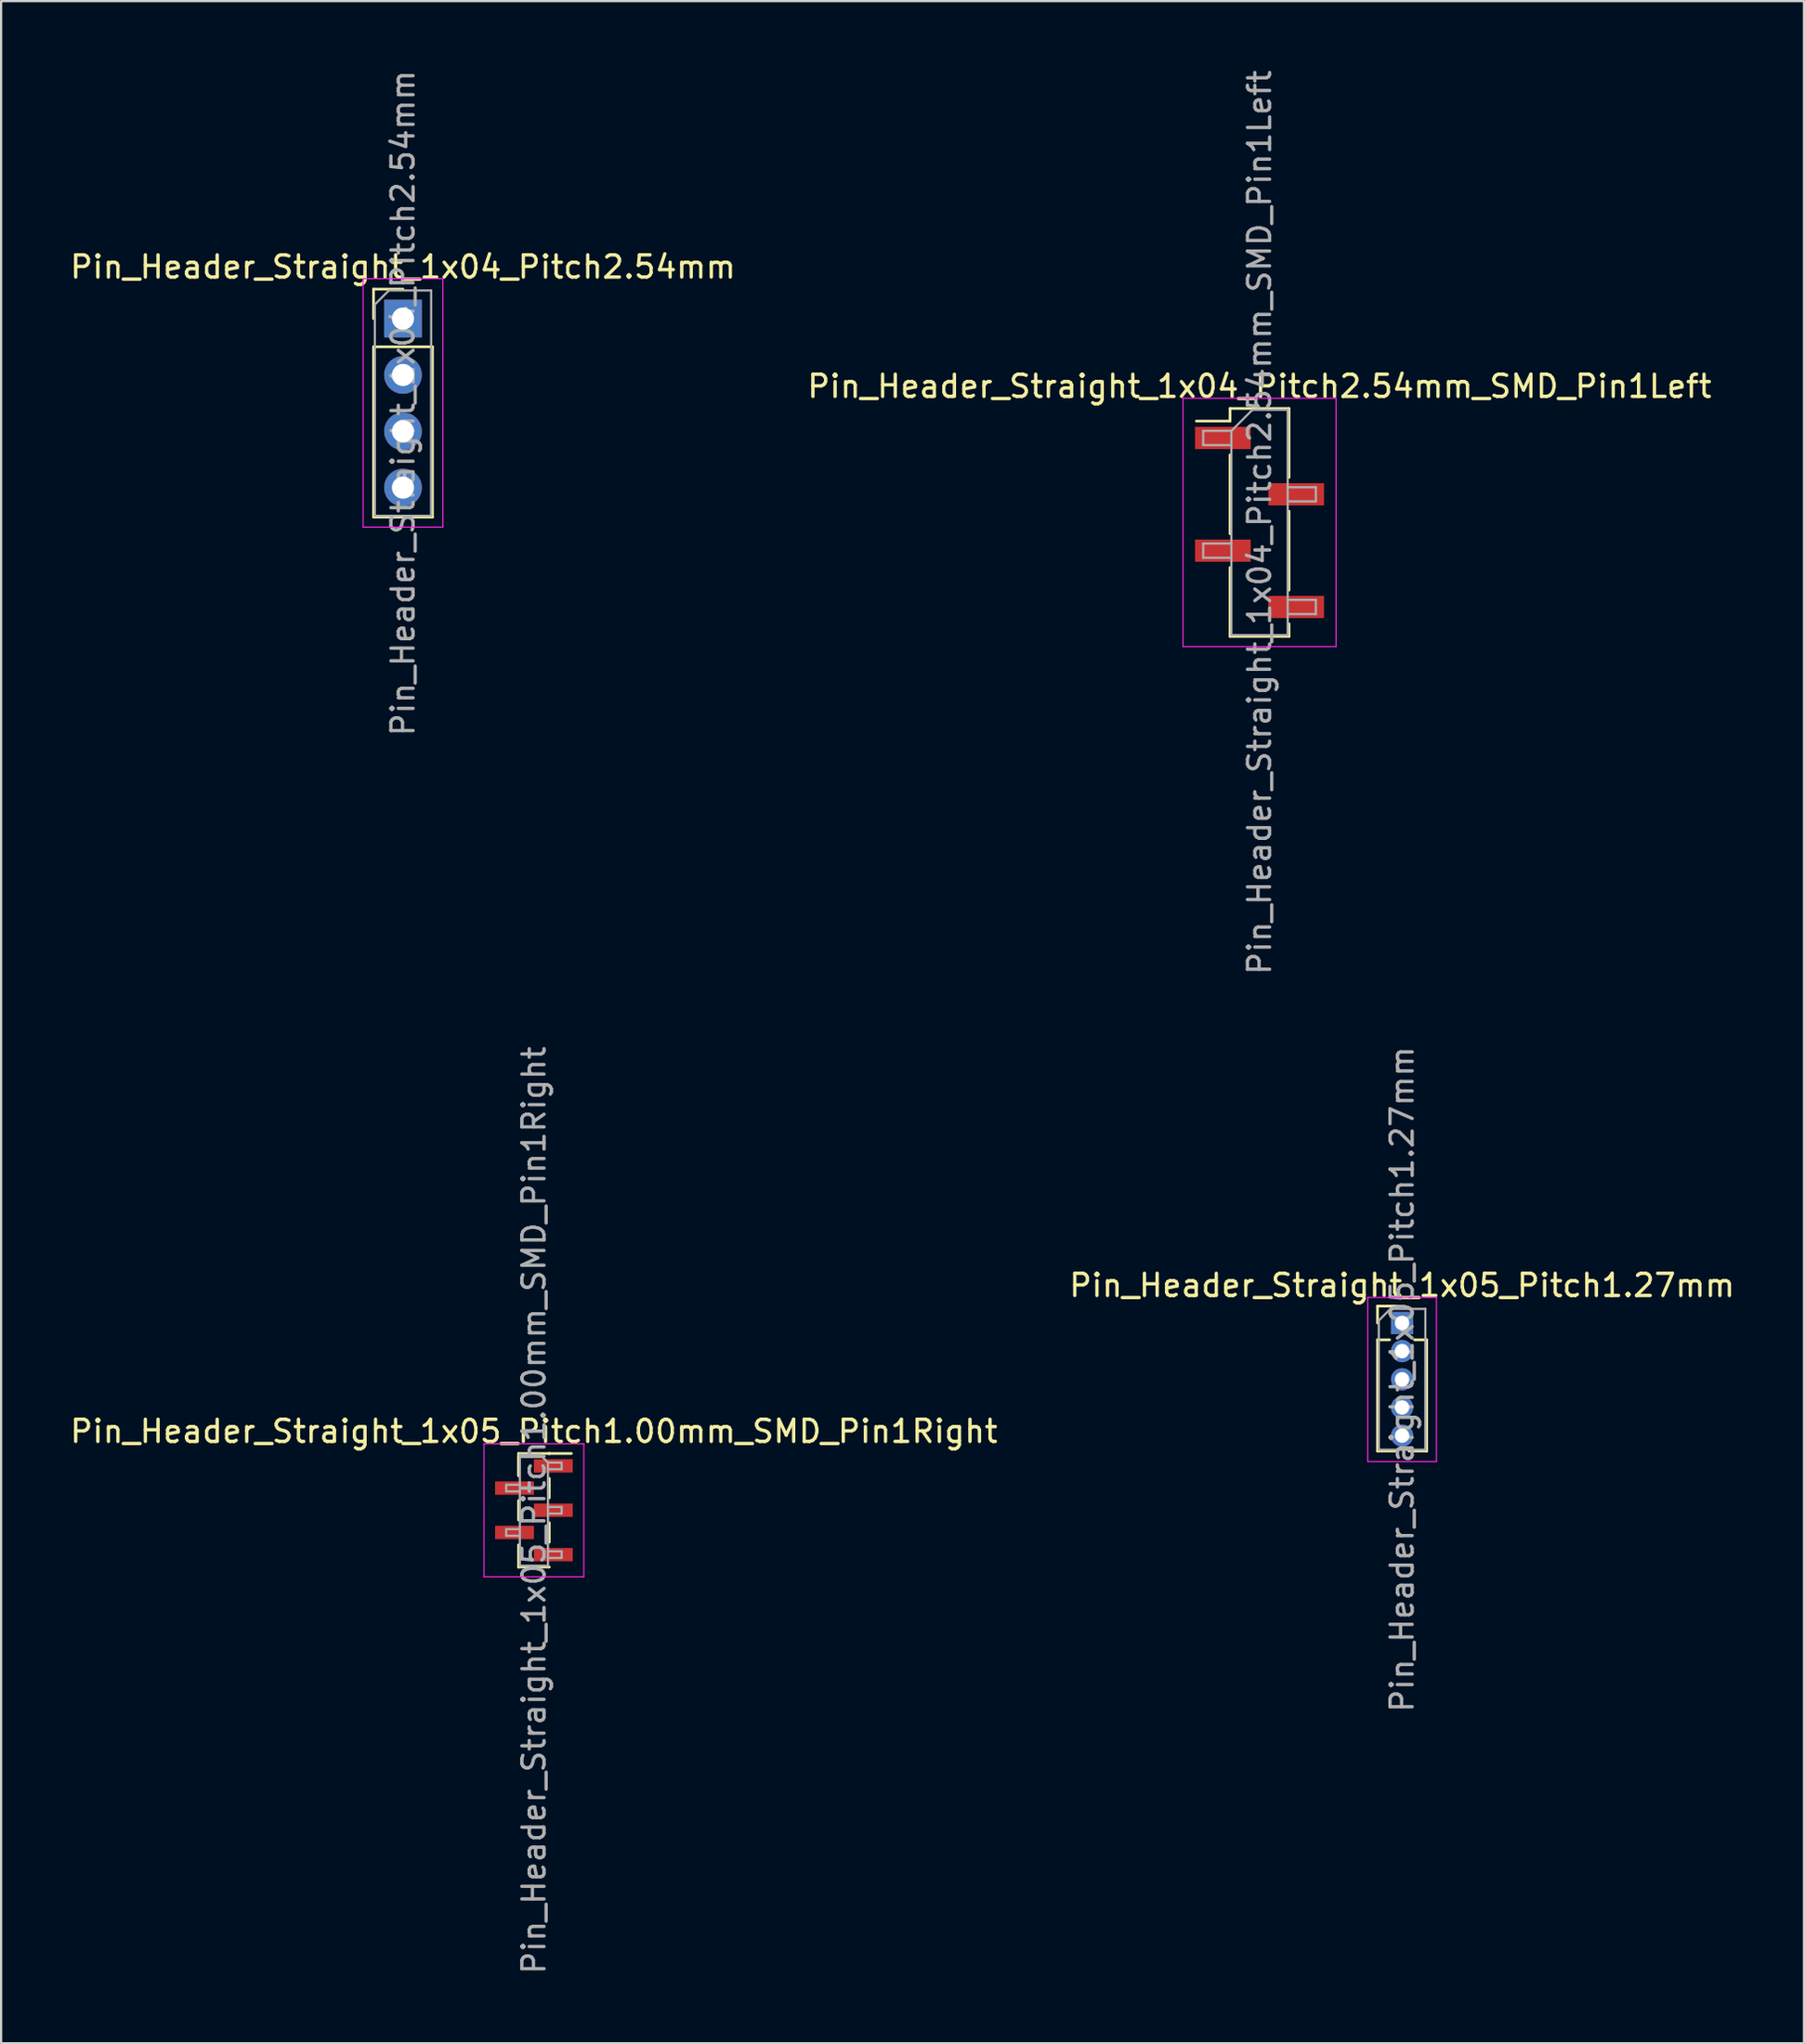
<source format=kicad_pcb>
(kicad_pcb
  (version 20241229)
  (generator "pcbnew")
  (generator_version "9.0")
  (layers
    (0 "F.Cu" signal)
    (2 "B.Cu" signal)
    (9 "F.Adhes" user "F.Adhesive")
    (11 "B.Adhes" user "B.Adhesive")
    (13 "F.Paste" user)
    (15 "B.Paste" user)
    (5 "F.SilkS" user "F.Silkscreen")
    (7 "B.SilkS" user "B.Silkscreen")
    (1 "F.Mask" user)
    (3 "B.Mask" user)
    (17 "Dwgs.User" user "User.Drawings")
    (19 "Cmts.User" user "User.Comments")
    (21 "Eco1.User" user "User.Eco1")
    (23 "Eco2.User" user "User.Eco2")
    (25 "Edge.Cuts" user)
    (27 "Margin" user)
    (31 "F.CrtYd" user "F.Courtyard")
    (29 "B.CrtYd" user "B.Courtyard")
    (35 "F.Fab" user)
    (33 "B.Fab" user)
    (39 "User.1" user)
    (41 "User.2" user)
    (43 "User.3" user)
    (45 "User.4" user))
  (footprint "Pin_Header_Straight_1x04_Pitch2.54mm_SMD_Pin1Left"
    (layer "F.Cu")
    (at 53.756 20.506)
    (property "Reference" "Pin_Header_Straight_1x04_Pitch2.54mm_SMD_Pin1Left" (at 0 -6.14 0) (layer "F.SilkS") (effects (font (size 1 1) (thickness 0.15))))
    (attr smd)
    (fp_line (start -1.33 -5.14) (end -1.33 -4.57) (stroke (width 0.12) (type solid)) (layer "F.SilkS"))
    (fp_line (start -1.33 -5.14) (end 1.33 -5.14) (stroke (width 0.12) (type solid)) (layer "F.SilkS"))
    (fp_line (start -1.33 -4.57) (end -2.85 -4.57) (stroke (width 0.12) (type solid)) (layer "F.SilkS"))
    (fp_line (start -1.33 -3.05) (end -1.33 0.51) (stroke (width 0.12) (type solid)) (layer "F.SilkS"))
    (fp_line (start -1.33 2.03) (end -1.33 5.14) (stroke (width 0.12) (type solid)) (layer "F.SilkS"))
    (fp_line (start -1.33 5.14) (end 1.33 5.14) (stroke (width 0.12) (type solid)) (layer "F.SilkS"))
    (fp_line (start 1.33 -5.14) (end 1.33 -2.03) (stroke (width 0.12) (type solid)) (layer "F.SilkS"))
    (fp_line (start 1.33 -0.51) (end 1.33 3.05) (stroke (width 0.12) (type solid)) (layer "F.SilkS"))
    (fp_line (start 1.33 4.57) (end 1.33 5.14) (stroke (width 0.12) (type solid)) (layer "F.SilkS"))
    (fp_line (start -3.45 -5.6) (end -3.45 5.6) (stroke (width 0.05) (type solid)) (layer "F.CrtYd"))
    (fp_line (start -3.45 5.6) (end 3.45 5.6) (stroke (width 0.05) (type solid)) (layer "F.CrtYd"))
    (fp_line (start 3.45 -5.6) (end -3.45 -5.6) (stroke (width 0.05) (type solid)) (layer "F.CrtYd"))
    (fp_line (start 3.45 5.6) (end 3.45 -5.6) (stroke (width 0.05) (type solid)) (layer "F.CrtYd"))
    (fp_line (start -2.54 -4.13) (end -2.54 -3.49) (stroke (width 0.1) (type solid)) (layer "F.Fab"))
    (fp_line (start -2.54 -3.49) (end -1.27 -3.49) (stroke (width 0.1) (type solid)) (layer "F.Fab"))
    (fp_line (start -2.54 0.95) (end -2.54 1.59) (stroke (width 0.1) (type solid)) (layer "F.Fab"))
    (fp_line (start -2.54 1.59) (end -1.27 1.59) (stroke (width 0.1) (type solid)) (layer "F.Fab"))
    (fp_line (start -1.27 -4.13) (end -2.54 -4.13) (stroke (width 0.1) (type solid)) (layer "F.Fab"))
    (fp_line (start -1.27 -4.13) (end -0.32 -5.08) (stroke (width 0.1) (type solid)) (layer "F.Fab"))
    (fp_line (start -1.27 0.95) (end -2.54 0.95) (stroke (width 0.1) (type solid)) (layer "F.Fab"))
    (fp_line (start -1.27 5.08) (end -1.27 -4.13) (stroke (width 0.1) (type solid)) (layer "F.Fab"))
    (fp_line (start -0.32 -5.08) (end 1.27 -5.08) (stroke (width 0.1) (type solid)) (layer "F.Fab"))
    (fp_line (start 1.27 -5.08) (end 1.27 5.08) (stroke (width 0.1) (type solid)) (layer "F.Fab"))
    (fp_line (start 1.27 -1.59) (end 2.54 -1.59) (stroke (width 0.1) (type solid)) (layer "F.Fab"))
    (fp_line (start 1.27 3.49) (end 2.54 3.49) (stroke (width 0.1) (type solid)) (layer "F.Fab"))
    (fp_line (start 1.27 5.08) (end -1.27 5.08) (stroke (width 0.1) (type solid)) (layer "F.Fab"))
    (fp_line (start 2.54 -1.59) (end 2.54 -0.95) (stroke (width 0.1) (type solid)) (layer "F.Fab"))
    (fp_line (start 2.54 -0.95) (end 1.27 -0.95) (stroke (width 0.1) (type solid)) (layer "F.Fab"))
    (fp_line (start 2.54 3.49) (end 2.54 4.13) (stroke (width 0.1) (type solid)) (layer "F.Fab"))
    (fp_line (start 2.54 4.13) (end 1.27 4.13) (stroke (width 0.1) (type solid)) (layer "F.Fab"))
    (fp_text user "${REFERENCE}" (at 0 0 90) (layer "F.Fab") (effects (font (size 1 1) (thickness 0.15))))
    (pad "1" smd rect (at -1.655 -3.81) (size 2.51 1) (layers "F.Cu" "F.Mask" "F.Paste"))
    (pad "2" smd rect (at 1.655 -1.27) (size 2.51 1) (layers "F.Cu" "F.Mask" "F.Paste"))
    (pad "3" smd rect (at -1.655 1.27) (size 2.51 1) (layers "F.Cu" "F.Mask" "F.Paste"))
    (pad "4" smd rect (at 1.655 3.81) (size 2.51 1) (layers "F.Cu" "F.Mask" "F.Paste")))
  (footprint "Pin_Header_Straight_1x05_Pitch1.27mm"
    (layer "F.Cu")
    (at 60.185 56.597)
    (property "Reference" "Pin_Header_Straight_1x05_Pitch1.27mm" (at 0 -1.695 0) (layer "F.SilkS") (effects (font (size 1 1) (thickness 0.15))))
    (attr through_hole)
    (fp_line (start -1.11 -0.76) (end 0 -0.76) (stroke (width 0.12) (type solid)) (layer "F.SilkS"))
    (fp_line (start -1.11 0) (end -1.11 -0.76) (stroke (width 0.12) (type solid)) (layer "F.SilkS"))
    (fp_line (start -1.11 0.76) (end -1.11 5.775) (stroke (width 0.12) (type solid)) (layer "F.SilkS"))
    (fp_line (start -1.11 0.76) (end -0.563 0.76) (stroke (width 0.12) (type solid)) (layer "F.SilkS"))
    (fp_line (start -1.11 5.775) (end -0.308 5.775) (stroke (width 0.12) (type solid)) (layer "F.SilkS"))
    (fp_line (start 0.308 5.775) (end 1.11 5.775) (stroke (width 0.12) (type solid)) (layer "F.SilkS"))
    (fp_line (start 0.563 0.76) (end 1.11 0.76) (stroke (width 0.12) (type solid)) (layer "F.SilkS"))
    (fp_line (start 1.11 0.76) (end 1.11 5.775) (stroke (width 0.12) (type solid)) (layer "F.SilkS"))
    (fp_line (start -1.55 -1.15) (end -1.55 6.25) (stroke (width 0.05) (type solid)) (layer "F.CrtYd"))
    (fp_line (start -1.55 6.25) (end 1.55 6.25) (stroke (width 0.05) (type solid)) (layer "F.CrtYd"))
    (fp_line (start 1.55 -1.15) (end -1.55 -1.15) (stroke (width 0.05) (type solid)) (layer "F.CrtYd"))
    (fp_line (start 1.55 6.25) (end 1.55 -1.15) (stroke (width 0.05) (type solid)) (layer "F.CrtYd"))
    (fp_line (start -1.05 -0.11) (end -0.525 -0.635) (stroke (width 0.1) (type solid)) (layer "F.Fab"))
    (fp_line (start -1.05 5.715) (end -1.05 -0.11) (stroke (width 0.1) (type solid)) (layer "F.Fab"))
    (fp_line (start -0.525 -0.635) (end 1.05 -0.635) (stroke (width 0.1) (type solid)) (layer "F.Fab"))
    (fp_line (start 1.05 -0.635) (end 1.05 5.715) (stroke (width 0.1) (type solid)) (layer "F.Fab"))
    (fp_line (start 1.05 5.715) (end -1.05 5.715) (stroke (width 0.1) (type solid)) (layer "F.Fab"))
    (fp_text user "${REFERENCE}" (at 0 2.54 90) (layer "F.Fab") (effects (font (size 1 1) (thickness 0.15))))
    (pad "1" thru_hole rect (at 0 0) (size 1 1) (drill 0.65) (layers "*.Cu" "*.Mask"))
    (pad "2" thru_hole oval (at 0 1.27) (size 1 1) (drill 0.65) (layers "*.Cu" "*.Mask"))
    (pad "3" thru_hole oval (at 0 2.54) (size 1 1) (drill 0.65) (layers "*.Cu" "*.Mask"))
    (pad "4" thru_hole oval (at 0 3.81) (size 1 1) (drill 0.65) (layers "*.Cu" "*.Mask"))
    (pad "5" thru_hole oval (at 0 5.08) (size 1 1) (drill 0.65) (layers "*.Cu" "*.Mask")))
  (footprint "Pin_Header_Straight_1x05_Pitch1.00mm_SMD_Pin1Right"
    (layer "F.Cu")
    (at 21.03 65.042)
    (property "Reference" "Pin_Header_Straight_1x05_Pitch1.00mm_SMD_Pin1Right" (at 0 -3.56 0) (layer "F.SilkS") (effects (font (size 1 1) (thickness 0.15))))
    (attr smd)
    (fp_line (start -0.695 -2.56) (end -0.695 -1.56) (stroke (width 0.12) (type solid)) (layer "F.SilkS"))
    (fp_line (start -0.695 -2.56) (end 0.695 -2.56) (stroke (width 0.12) (type solid)) (layer "F.SilkS"))
    (fp_line (start -0.695 -2.44) (end -0.695 -1.56) (stroke (width 0.12) (type solid)) (layer "F.SilkS"))
    (fp_line (start -0.695 -0.44) (end -0.695 0.44) (stroke (width 0.12) (type solid)) (layer "F.SilkS"))
    (fp_line (start -0.695 1.56) (end -0.695 2.56) (stroke (width 0.12) (type solid)) (layer "F.SilkS"))
    (fp_line (start -0.695 2.56) (end -0.695 2.56) (stroke (width 0.12) (type solid)) (layer "F.SilkS"))
    (fp_line (start -0.695 2.56) (end 0.695 2.56) (stroke (width 0.12) (type solid)) (layer "F.SilkS"))
    (fp_line (start 0.695 -2.56) (end 0.695 -2.56) (stroke (width 0.12) (type solid)) (layer "F.SilkS"))
    (fp_line (start 0.695 -2.56) (end 1.69 -2.56) (stroke (width 0.12) (type solid)) (layer "F.SilkS"))
    (fp_line (start 0.695 -1.44) (end 0.695 -0.56) (stroke (width 0.12) (type solid)) (layer "F.SilkS"))
    (fp_line (start 0.695 0.56) (end 0.695 1.44) (stroke (width 0.12) (type solid)) (layer "F.SilkS"))
    (fp_line (start -2.25 -3) (end -2.25 3) (stroke (width 0.05) (type solid)) (layer "F.CrtYd"))
    (fp_line (start -2.25 3) (end 2.25 3) (stroke (width 0.05) (type solid)) (layer "F.CrtYd"))
    (fp_line (start 2.25 -3) (end -2.25 -3) (stroke (width 0.05) (type solid)) (layer "F.CrtYd"))
    (fp_line (start 2.25 3) (end 2.25 -3) (stroke (width 0.05) (type solid)) (layer "F.CrtYd"))
    (fp_line (start -1.25 -1.15) (end -1.25 -0.85) (stroke (width 0.1) (type solid)) (layer "F.Fab"))
    (fp_line (start -1.25 -0.85) (end -0.635 -0.85) (stroke (width 0.1) (type solid)) (layer "F.Fab"))
    (fp_line (start -1.25 0.85) (end -1.25 1.15) (stroke (width 0.1) (type solid)) (layer "F.Fab"))
    (fp_line (start -1.25 1.15) (end -0.635 1.15) (stroke (width 0.1) (type solid)) (layer "F.Fab"))
    (fp_line (start -0.635 -2.5) (end -0.635 2.5) (stroke (width 0.1) (type solid)) (layer "F.Fab"))
    (fp_line (start -0.635 -2.5) (end 0.285 -2.5) (stroke (width 0.1) (type solid)) (layer "F.Fab"))
    (fp_line (start -0.635 -1.15) (end -1.25 -1.15) (stroke (width 0.1) (type solid)) (layer "F.Fab"))
    (fp_line (start -0.635 0.85) (end -1.25 0.85) (stroke (width 0.1) (type solid)) (layer "F.Fab"))
    (fp_line (start 0.635 -2.15) (end 0.285 -2.5) (stroke (width 0.1) (type solid)) (layer "F.Fab"))
    (fp_line (start 0.635 -2.15) (end 1.25 -2.15) (stroke (width 0.1) (type solid)) (layer "F.Fab"))
    (fp_line (start 0.635 -0.15) (end 1.25 -0.15) (stroke (width 0.1) (type solid)) (layer "F.Fab"))
    (fp_line (start 0.635 1.85) (end 1.25 1.85) (stroke (width 0.1) (type solid)) (layer "F.Fab"))
    (fp_line (start 0.635 2.5) (end -0.635 2.5) (stroke (width 0.1) (type solid)) (layer "F.Fab"))
    (fp_line (start 0.635 2.5) (end 0.635 -2.15) (stroke (width 0.1) (type solid)) (layer "F.Fab"))
    (fp_line (start 1.25 -2.15) (end 1.25 -1.85) (stroke (width 0.1) (type solid)) (layer "F.Fab"))
    (fp_line (start 1.25 -1.85) (end 0.635 -1.85) (stroke (width 0.1) (type solid)) (layer "F.Fab"))
    (fp_line (start 1.25 -0.15) (end 1.25 0.15) (stroke (width 0.1) (type solid)) (layer "F.Fab"))
    (fp_line (start 1.25 0.15) (end 0.635 0.15) (stroke (width 0.1) (type solid)) (layer "F.Fab"))
    (fp_line (start 1.25 1.85) (end 1.25 2.15) (stroke (width 0.1) (type solid)) (layer "F.Fab"))
    (fp_line (start 1.25 2.15) (end 0.635 2.15) (stroke (width 0.1) (type solid)) (layer "F.Fab"))
    (fp_text user "${REFERENCE}" (at 0 0 90) (layer "F.Fab") (effects (font (size 1 1) (thickness 0.15))))
    (pad "1" smd rect (at 0.875 -2) (size 1.75 0.6) (layers "F.Cu" "F.Mask" "F.Paste"))
    (pad "2" smd rect (at -0.875 -1) (size 1.75 0.6) (layers "F.Cu" "F.Mask" "F.Paste"))
    (pad "3" smd rect (at 0.875 0) (size 1.75 0.6) (layers "F.Cu" "F.Mask" "F.Paste"))
    (pad "4" smd rect (at -0.875 1) (size 1.75 0.6) (layers "F.Cu" "F.Mask" "F.Paste"))
    (pad "5" smd rect (at 0.875 2) (size 1.75 0.6) (layers "F.Cu" "F.Mask" "F.Paste")))
  (footprint "Pin_Header_Straight_1x04_Pitch2.54mm"
    (layer "F.Cu")
    (at 15.125 11.315)
    (property "Reference" "Pin_Header_Straight_1x04_Pitch2.54mm" (at 0 -2.33 0) (layer "F.SilkS") (effects (font (size 1 1) (thickness 0.15))))
    (attr through_hole)
    (fp_line (start -1.33 -1.33) (end 0 -1.33) (stroke (width 0.12) (type solid)) (layer "F.SilkS"))
    (fp_line (start -1.33 0) (end -1.33 -1.33) (stroke (width 0.12) (type solid)) (layer "F.SilkS"))
    (fp_line (start -1.33 1.27) (end -1.33 8.95) (stroke (width 0.12) (type solid)) (layer "F.SilkS"))
    (fp_line (start -1.33 1.27) (end 1.33 1.27) (stroke (width 0.12) (type solid)) (layer "F.SilkS"))
    (fp_line (start -1.33 8.95) (end 1.33 8.95) (stroke (width 0.12) (type solid)) (layer "F.SilkS"))
    (fp_line (start 1.33 1.27) (end 1.33 8.95) (stroke (width 0.12) (type solid)) (layer "F.SilkS"))
    (fp_line (start -1.8 -1.8) (end -1.8 9.4) (stroke (width 0.05) (type solid)) (layer "F.CrtYd"))
    (fp_line (start -1.8 9.4) (end 1.8 9.4) (stroke (width 0.05) (type solid)) (layer "F.CrtYd"))
    (fp_line (start 1.8 -1.8) (end -1.8 -1.8) (stroke (width 0.05) (type solid)) (layer "F.CrtYd"))
    (fp_line (start 1.8 9.4) (end 1.8 -1.8) (stroke (width 0.05) (type solid)) (layer "F.CrtYd"))
    (fp_line (start -1.27 -0.635) (end -0.635 -1.27) (stroke (width 0.1) (type solid)) (layer "F.Fab"))
    (fp_line (start -1.27 8.89) (end -1.27 -0.635) (stroke (width 0.1) (type solid)) (layer "F.Fab"))
    (fp_line (start -0.635 -1.27) (end 1.27 -1.27) (stroke (width 0.1) (type solid)) (layer "F.Fab"))
    (fp_line (start 1.27 -1.27) (end 1.27 8.89) (stroke (width 0.1) (type solid)) (layer "F.Fab"))
    (fp_line (start 1.27 8.89) (end -1.27 8.89) (stroke (width 0.1) (type solid)) (layer "F.Fab"))
    (fp_text user "${REFERENCE}" (at 0 3.81 90) (layer "F.Fab") (effects (font (size 1 1) (thickness 0.15))))
    (pad "1" thru_hole rect (at 0 0) (size 1.7 1.7) (drill 1) (layers "*.Cu" "*.Mask"))
    (pad "2" thru_hole oval (at 0 2.54) (size 1.7 1.7) (drill 1) (layers "*.Cu" "*.Mask"))
    (pad "3" thru_hole oval (at 0 5.08) (size 1.7 1.7) (drill 1) (layers "*.Cu" "*.Mask"))
    (pad "4" thru_hole oval (at 0 7.62) (size 1.7 1.7) (drill 1) (layers "*.Cu" "*.Mask")))
  (gr_rect
    (start -3 -3)
    (end 78.31 89.071)
    (stroke (width 0.1) (type default))
    (fill no)
    (layer "Edge.Cuts")))
</source>
